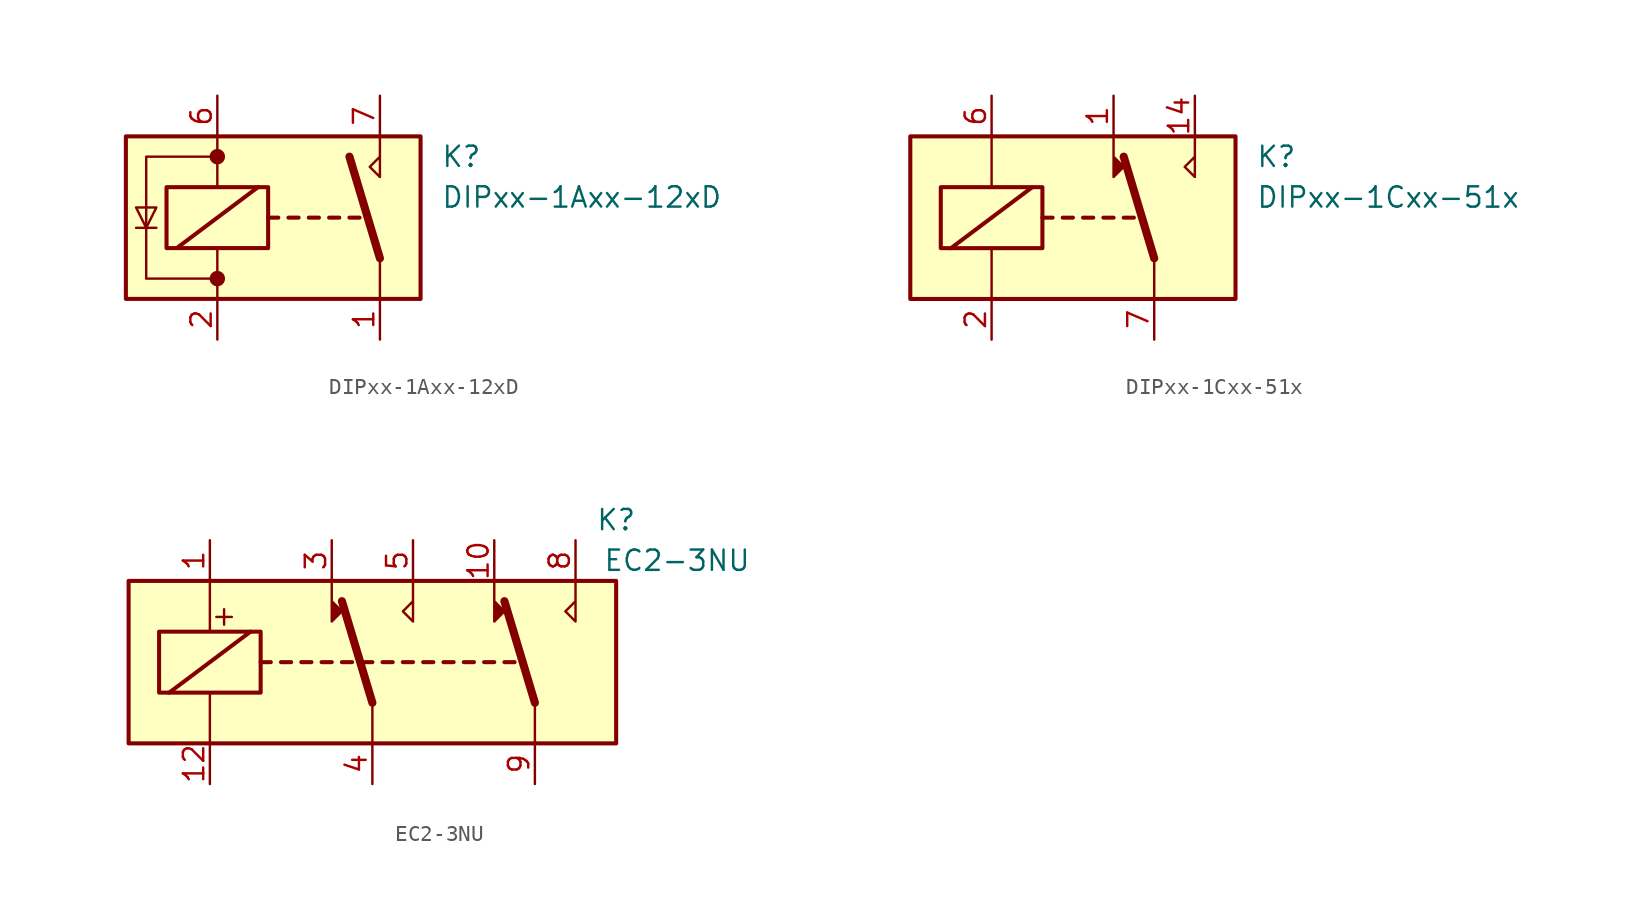
<source format=kicad_sym>
(kicad_symbol_lib
  (version 20211014)
  (generator kicad_symbol_editor)
  (symbol "DIPxx-1Axx-12xD"
    (property "Reference" "K"
      (at 8.89 3.81 0)
      (effects (font (size 1.27 1.27)) (justify left)))
    (property "Value" "DIPxx-1Axx-12xD"
      (at 8.89 1.27 0)
      (effects (font (size 1.27 1.27)) (justify left)))
    (symbol "DIPxx-1Axx-12xD_0_0"
      (polyline (pts (xy 5.08 5.08) (xy 5.08 2.54) (xy 4.445 3.175) (xy 5.08 3.81)) (stroke (width 0) (type default) (color 0 0 0 0)) (fill (type none))))
    (symbol "DIPxx-1Axx-12xD_0_1"
      (rectangle (start -10.795 5.08) (end 7.62 -5.08) (stroke (width 0.254) (type default) (color 0 0 0 0)) (fill (type background)))
      (rectangle (start -8.255 1.905) (end -1.905 -1.905) (stroke (width 0.254) (type default) (color 0 0 0 0)) (fill (type none)))
      (circle (center -5.08 -3.81) (radius 0.406) (stroke (width 0) (type default) (color 0 0 0 0)) (fill (type outline)))
      (circle (center -5.08 3.81) (radius 0.406) (stroke (width 0) (type default) (color 0 0 0 0)) (fill (type outline)))
      (polyline (pts (xy -10.16 -0.635) (xy -8.89 -0.635)) (stroke (width 0) (type default) (color 0 0 0 0)) (fill (type none)))
      (polyline (pts (xy -7.62 -1.905) (xy -2.54 1.905)) (stroke (width 0.254) (type default) (color 0 0 0 0)) (fill (type none)))
      (polyline (pts (xy -5.08 -5.08) (xy -5.08 -1.905)) (stroke (width 0) (type default) (color 0 0 0 0)) (fill (type none)))
      (polyline (pts (xy -5.08 5.08) (xy -5.08 1.905)) (stroke (width 0) (type default) (color 0 0 0 0)) (fill (type none)))
      (polyline (pts (xy -1.905 0) (xy -1.27 0)) (stroke (width 0.254) (type default) (color 0 0 0 0)) (fill (type none)))
      (polyline (pts (xy -0.635 0) (xy 0 0)) (stroke (width 0.254) (type default) (color 0 0 0 0)) (fill (type none)))
      (polyline (pts (xy 0.635 0) (xy 1.27 0)) (stroke (width 0.254) (type default) (color 0 0 0 0)) (fill (type none)))
      (polyline (pts (xy 1.905 0) (xy 2.54 0)) (stroke (width 0.254) (type default) (color 0 0 0 0)) (fill (type none)))
      (polyline (pts (xy 3.175 0) (xy 3.81 0)) (stroke (width 0.254) (type default) (color 0 0 0 0)) (fill (type none)))
      (polyline (pts (xy 5.08 -2.54) (xy 3.175 3.81)) (stroke (width 0.508) (type default) (color 0 0 0 0)) (fill (type none)))
      (polyline (pts (xy 5.08 -2.54) (xy 5.08 -5.08)) (stroke (width 0) (type default) (color 0 0 0 0)) (fill (type none)))
      (polyline (pts (xy -9.525 -0.635) (xy -8.89 0.635) (xy -10.16 0.635) (xy -9.525 -0.635)) (stroke (width 0) (type default) (color 0 0 0 0)) (fill (type none)))
      (polyline (pts (xy -5.08 -3.81) (xy -9.525 -3.81) (xy -9.525 3.81) (xy -5.08 3.81)) (stroke (width 0) (type default) (color 0 0 0 0)) (fill (type none))))
    (symbol "DIPxx-1Axx-12xD_1_1"
      (pin passive line (at 5.08 -7.62 90) (length 2.54) (name "~" (effects (font (size 1.27 1.27)))) (number "1" (effects (font (size 1.27 1.27)))))
      (pin passive line (at -5.08 -7.62 90) (length 2.54) hide (name "~" (effects (font (size 1.27 1.27)))) (number "13" (effects (font (size 1.27 1.27)))))
      (pin passive line (at 5.08 -7.62 90) (length 2.54) hide (name "~" (effects (font (size 1.27 1.27)))) (number "14" (effects (font (size 1.27 1.27)))))
      (pin passive line (at -5.08 -7.62 90) (length 2.54) (name "~" (effects (font (size 1.27 1.27)))) (number "2" (effects (font (size 1.27 1.27)))))
      (pin passive line (at -5.08 7.62 270) (length 2.54) (name "~" (effects (font (size 1.27 1.27)))) (number "6" (effects (font (size 1.27 1.27)))))
      (pin passive line (at 5.08 7.62 270) (length 2.54) (name "~" (effects (font (size 1.27 1.27)))) (number "7" (effects (font (size 1.27 1.27)))))
      (pin passive line (at 5.08 7.62 270) (length 2.54) hide (name "~" (effects (font (size 1.27 1.27)))) (number "8" (effects (font (size 1.27 1.27)))))))
  (symbol "DIPxx-1Cxx-51x"
    (property "Reference" "K"
      (at 11.43 3.81 0)
      (effects (font (size 1.27 1.27)) (justify left)))
    (property "Value" "DIPxx-1Cxx-51x"
      (at 11.43 1.27 0)
      (effects (font (size 1.27 1.27)) (justify left)))
    (symbol "DIPxx-1Cxx-51x_0_0"
      (polyline (pts (xy 2.54 5.08) (xy 2.54 2.54) (xy 3.175 3.175) (xy 2.54 3.81)) (stroke (width 0) (type default) (color 0 0 0 0)) (fill (type outline)))
      (polyline (pts (xy 7.62 5.08) (xy 7.62 2.54) (xy 6.985 3.175) (xy 7.62 3.81)) (stroke (width 0) (type default) (color 0 0 0 0)) (fill (type none))))
    (symbol "DIPxx-1Cxx-51x_0_1"
      (rectangle (start -10.16 5.08) (end 10.16 -5.08) (stroke (width 0.254) (type default) (color 0 0 0 0)) (fill (type background)))
      (rectangle (start -8.255 1.905) (end -1.905 -1.905) (stroke (width 0.254) (type default) (color 0 0 0 0)) (fill (type none)))
      (polyline (pts (xy -7.62 -1.905) (xy -2.54 1.905)) (stroke (width 0.254) (type default) (color 0 0 0 0)) (fill (type none)))
      (polyline (pts (xy -5.08 -5.08) (xy -5.08 -1.905)) (stroke (width 0) (type default) (color 0 0 0 0)) (fill (type none)))
      (polyline (pts (xy -5.08 5.08) (xy -5.08 1.905)) (stroke (width 0) (type default) (color 0 0 0 0)) (fill (type none)))
      (polyline (pts (xy -1.905 0) (xy -1.27 0)) (stroke (width 0.254) (type default) (color 0 0 0 0)) (fill (type none)))
      (polyline (pts (xy -0.635 0) (xy 0 0)) (stroke (width 0.254) (type default) (color 0 0 0 0)) (fill (type none)))
      (polyline (pts (xy 0.635 0) (xy 1.27 0)) (stroke (width 0.254) (type default) (color 0 0 0 0)) (fill (type none)))
      (polyline (pts (xy 1.905 0) (xy 2.54 0)) (stroke (width 0.254) (type default) (color 0 0 0 0)) (fill (type none)))
      (polyline (pts (xy 3.175 0) (xy 3.81 0)) (stroke (width 0.254) (type default) (color 0 0 0 0)) (fill (type none)))
      (polyline (pts (xy 5.08 -2.54) (xy 3.175 3.81)) (stroke (width 0.508) (type default) (color 0 0 0 0)) (fill (type none)))
      (polyline (pts (xy 5.08 -2.54) (xy 5.08 -5.08)) (stroke (width 0) (type default) (color 0 0 0 0)) (fill (type none))))
    (symbol "DIPxx-1Cxx-51x_1_1"
      (pin passive line (at 2.54 7.62 270) (length 2.54) (name "~" (effects (font (size 1.27 1.27)))) (number "1" (effects (font (size 1.27 1.27)))))
      (pin passive line (at 7.62 7.62 270) (length 2.54) (name "~" (effects (font (size 1.27 1.27)))) (number "14" (effects (font (size 1.27 1.27)))))
      (pin passive line (at -5.08 -7.62 90) (length 2.54) (name "~" (effects (font (size 1.27 1.27)))) (number "2" (effects (font (size 1.27 1.27)))))
      (pin passive line (at -5.08 7.62 270) (length 2.54) (name "~" (effects (font (size 1.27 1.27)))) (number "6" (effects (font (size 1.27 1.27)))))
      (pin passive line (at 5.08 -7.62 90) (length 2.54) (name "~" (effects (font (size 1.27 1.27)))) (number "7" (effects (font (size 1.27 1.27)))))
      (pin passive line (at 5.08 -7.62 90) (length 2.54) hide (name "~" (effects (font (size 1.27 1.27)))) (number "8" (effects (font (size 1.27 1.27)))))))
  (symbol "EC2-3NU"
    (property "Reference" "K"
      (at 15.24 8.89 0)
      (effects (font (size 1.27 1.27))))
    (property "Value" "EC2-3NU"
      (at 19.05 6.35 0)
      (effects (font (size 1.27 1.27))))
    (symbol "EC2-3NU_1_1"
      (rectangle (start -15.24 5.08) (end 15.24 -5.08) (stroke (width 0.254) (type default) (color 0 0 0 0)) (fill (type background)))
      (rectangle (start -13.335 1.905) (end -6.985 -1.905) (stroke (width 0.254) (type default) (color 0 0 0 0)) (fill (type none)))
      (polyline (pts (xy -12.7 -1.905) (xy -7.62 1.905)) (stroke (width 0.254) (type default) (color 0 0 0 0)) (fill (type none)))
      (polyline (pts (xy -10.16 -5.08) (xy -10.16 -1.905)) (stroke (width 0) (type default) (color 0 0 0 0)) (fill (type none)))
      (polyline (pts (xy -10.16 5.08) (xy -10.16 1.905)) (stroke (width 0) (type default) (color 0 0 0 0)) (fill (type none)))
      (polyline (pts (xy -6.985 0) (xy -6.35 0)) (stroke (width 0.254) (type default) (color 0 0 0 0)) (fill (type none)))
      (polyline (pts (xy -5.715 0) (xy -5.08 0)) (stroke (width 0.254) (type default) (color 0 0 0 0)) (fill (type none)))
      (polyline (pts (xy -4.445 0) (xy -3.81 0)) (stroke (width 0.254) (type default) (color 0 0 0 0)) (fill (type none)))
      (polyline (pts (xy -3.175 0) (xy -2.54 0)) (stroke (width 0.254) (type default) (color 0 0 0 0)) (fill (type none)))
      (polyline (pts (xy -1.905 0) (xy -1.27 0)) (stroke (width 0.254) (type default) (color 0 0 0 0)) (fill (type none)))
      (polyline (pts (xy -0.635 0) (xy 0 0)) (stroke (width 0.254) (type default) (color 0 0 0 0)) (fill (type none)))
      (polyline (pts (xy 0 -2.54) (xy -1.905 3.81)) (stroke (width 0.508) (type default) (color 0 0 0 0)) (fill (type none)))
      (polyline (pts (xy 0 -2.54) (xy 0 -5.08)) (stroke (width 0) (type default) (color 0 0 0 0)) (fill (type none)))
      (polyline (pts (xy 0.635 0) (xy 1.27 0)) (stroke (width 0.254) (type default) (color 0 0 0 0)) (fill (type none)))
      (polyline (pts (xy 1.905 0) (xy 2.54 0)) (stroke (width 0.254) (type default) (color 0 0 0 0)) (fill (type none)))
      (polyline (pts (xy 3.175 0) (xy 3.81 0)) (stroke (width 0.254) (type default) (color 0 0 0 0)) (fill (type none)))
      (polyline (pts (xy 4.445 0) (xy 5.08 0)) (stroke (width 0.254) (type default) (color 0 0 0 0)) (fill (type none)))
      (polyline (pts (xy 5.715 0) (xy 6.35 0)) (stroke (width 0.254) (type default) (color 0 0 0 0)) (fill (type none)))
      (polyline (pts (xy 6.985 0) (xy 7.62 0)) (stroke (width 0.254) (type default) (color 0 0 0 0)) (fill (type none)))
      (polyline (pts (xy 8.255 0) (xy 8.89 0)) (stroke (width 0.254) (type default) (color 0 0 0 0)) (fill (type none)))
      (polyline (pts (xy 10.16 -2.54) (xy 8.255 3.81)) (stroke (width 0.508) (type default) (color 0 0 0 0)) (fill (type none)))
      (polyline (pts (xy 10.16 -2.54) (xy 10.16 -5.08)) (stroke (width 0) (type default) (color 0 0 0 0)) (fill (type none)))
      (polyline (pts (xy -2.54 5.08) (xy -2.54 2.54) (xy -1.905 3.175) (xy -2.54 3.81)) (stroke (width 0) (type default) (color 0 0 0 0)) (fill (type outline)))
      (polyline (pts (xy 2.54 5.08) (xy 2.54 2.54) (xy 1.905 3.175) (xy 2.54 3.81)) (stroke (width 0) (type default) (color 0 0 0 0)) (fill (type none)))
      (polyline (pts (xy 7.62 5.08) (xy 7.62 2.54) (xy 8.255 3.175) (xy 7.62 3.81)) (stroke (width 0) (type default) (color 0 0 0 0)) (fill (type outline)))
      (polyline (pts (xy 12.7 5.08) (xy 12.7 2.54) (xy 12.065 3.175) (xy 12.7 3.81)) (stroke (width 0) (type default) (color 0 0 0 0)) (fill (type none)))
      (text "+" (at -9.271 2.921 0) (effects (font (size 1.27 1.27))))
      (pin passive line (at -10.16 7.62 270) (length 2.54) (name "~" (effects (font (size 1.27 1.27)))) (number "1" (effects (font (size 1.27 1.27)))))
      (pin passive line (at 7.62 7.62 270) (length 2.54) (name "~" (effects (font (size 1.27 1.27)))) (number "10" (effects (font (size 1.27 1.27)))))
      (pin passive line (at -10.16 -7.62 90) (length 2.54) (name "~" (effects (font (size 1.27 1.27)))) (number "12" (effects (font (size 1.27 1.27)))))
      (pin passive line (at -2.54 7.62 270) (length 2.54) (name "~" (effects (font (size 1.27 1.27)))) (number "3" (effects (font (size 1.27 1.27)))))
      (pin passive line (at 0 -7.62 90) (length 2.54) (name "~" (effects (font (size 1.27 1.27)))) (number "4" (effects (font (size 1.27 1.27)))))
      (pin passive line (at 2.54 7.62 270) (length 2.54) (name "~" (effects (font (size 1.27 1.27)))) (number "5" (effects (font (size 1.27 1.27)))))
      (pin passive line (at 12.7 7.62 270) (length 2.54) (name "~" (effects (font (size 1.27 1.27)))) (number "8" (effects (font (size 1.27 1.27)))))
      (pin passive line (at 10.16 -7.62 90) (length 2.54) (name "~" (effects (font (size 1.27 1.27)))) (number "9" (effects (font (size 1.27 1.27))))))))
</source>
